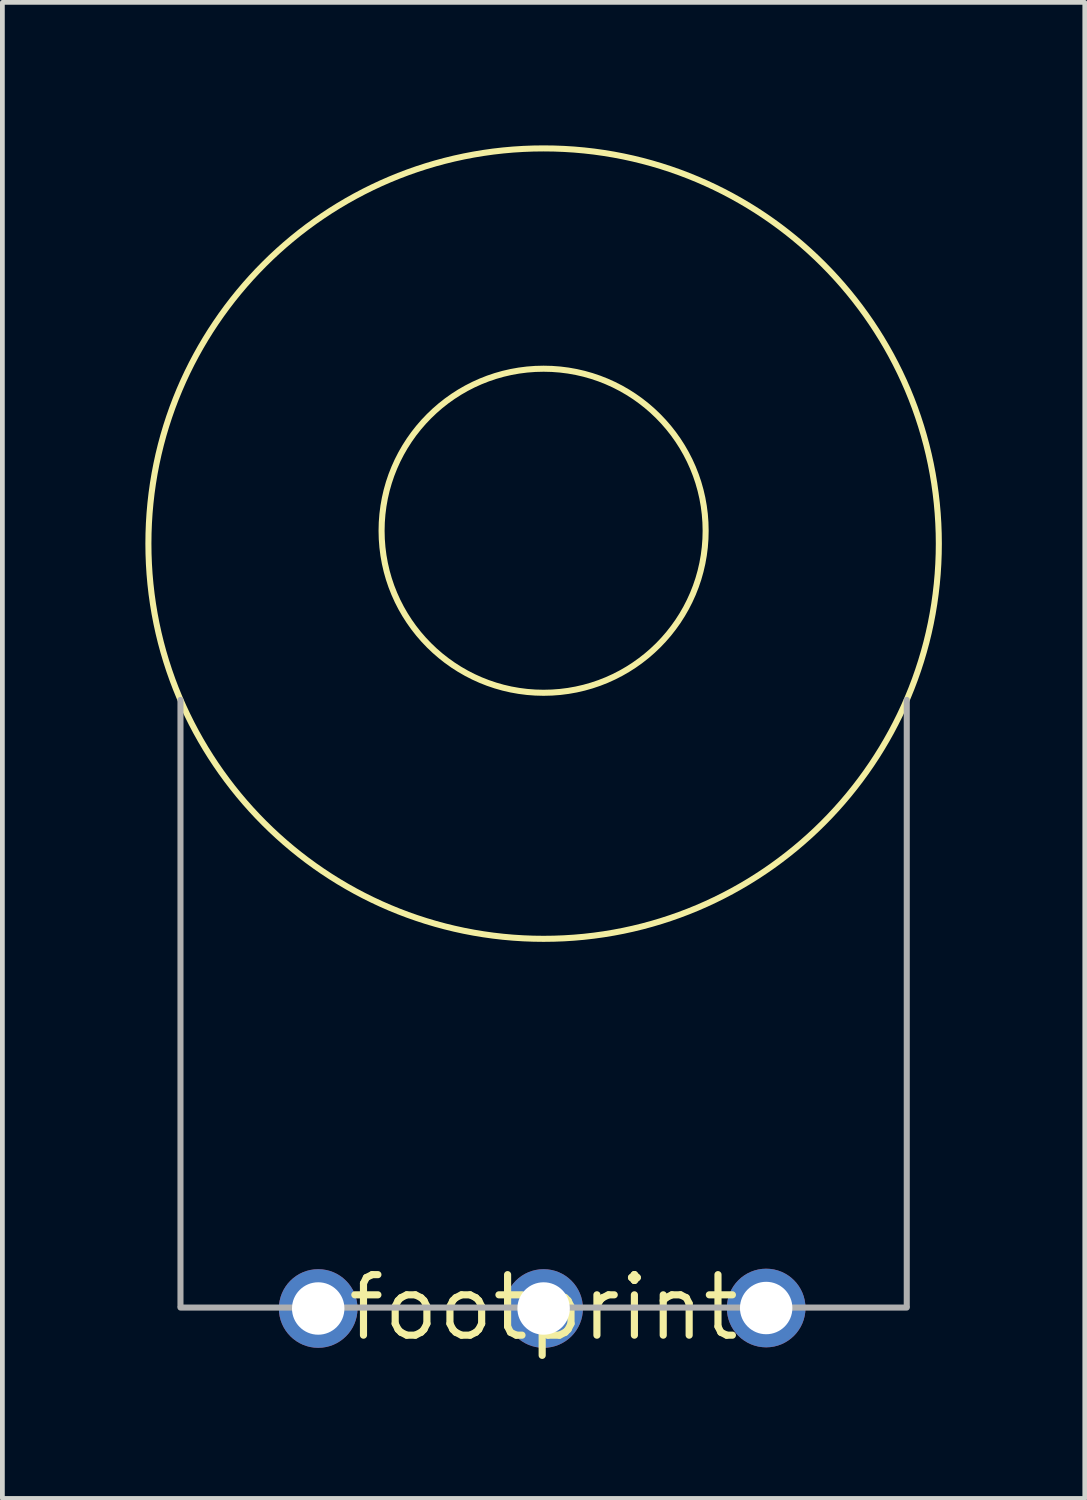
<source format=kicad_pcb>
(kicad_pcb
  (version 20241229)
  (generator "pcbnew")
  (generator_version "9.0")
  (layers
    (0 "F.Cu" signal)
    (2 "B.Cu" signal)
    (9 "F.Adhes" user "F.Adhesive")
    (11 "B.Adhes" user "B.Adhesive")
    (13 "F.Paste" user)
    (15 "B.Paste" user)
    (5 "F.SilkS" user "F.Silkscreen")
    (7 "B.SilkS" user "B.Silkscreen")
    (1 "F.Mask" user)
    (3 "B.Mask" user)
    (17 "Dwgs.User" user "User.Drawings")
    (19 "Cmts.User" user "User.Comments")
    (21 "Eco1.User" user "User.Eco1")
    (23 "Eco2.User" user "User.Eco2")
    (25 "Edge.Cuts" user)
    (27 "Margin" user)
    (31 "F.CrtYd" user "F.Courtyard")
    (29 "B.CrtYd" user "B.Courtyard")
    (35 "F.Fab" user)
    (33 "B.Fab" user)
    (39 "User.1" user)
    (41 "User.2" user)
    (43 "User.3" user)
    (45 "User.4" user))
  (footprint "footprint"
    (layer "F.Cu")
    (at 8.357 24.387)
    (property "Reference" "footprint" (at 0 0 0) (layer "F.SilkS") (effects (font (size 1.27 1.27) (thickness 0.15))))
    (fp_circle (center 0 -16.3) (end 3.4 -16.3) (stroke (width 0.127) (type solid)) (fill no) (layer "F.SilkS"))
    (fp_circle (center 0 -16.03) (end 8.293 -16.03) (stroke (width 0.127) (type solid)) (fill no) (layer "F.SilkS"))
    (fp_line (start -7.62 -0.03) (end -7.62 -12.75) (stroke (width 0.127) (type solid)) (layer "F.Fab"))
    (fp_line (start -7.62 0) (end 0 0) (stroke (width 0.127) (type solid)) (layer "F.Fab"))
    (fp_line (start 0 0) (end 7.62 0) (stroke (width 0.127) (type solid)) (layer "F.Fab"))
    (fp_line (start 7.62 -0.03) (end 7.62 -12.75) (stroke (width 0.127) (type solid)) (layer "F.Fab"))
    (pad "P$1" thru_hole circle (at -4.73 0.02) (size 1.65 1.65) (drill 1.1) (layers "*.Cu" "*.Mask"))
    (pad "P$2" thru_hole circle (at 0 0.02) (size 1.65 1.65) (drill 1.1) (layers "*.Cu" "*.Mask"))
    (pad "P$3" thru_hole circle (at 4.67 0.01) (size 1.65 1.65) (drill 1.1) (layers "*.Cu" "*.Mask")))
  (gr_rect
    (start -3 -3)
    (end 19.713 28.393)
    (stroke (width 0.1) (type default))
    (fill no)
    (layer "Edge.Cuts")))
</source>
